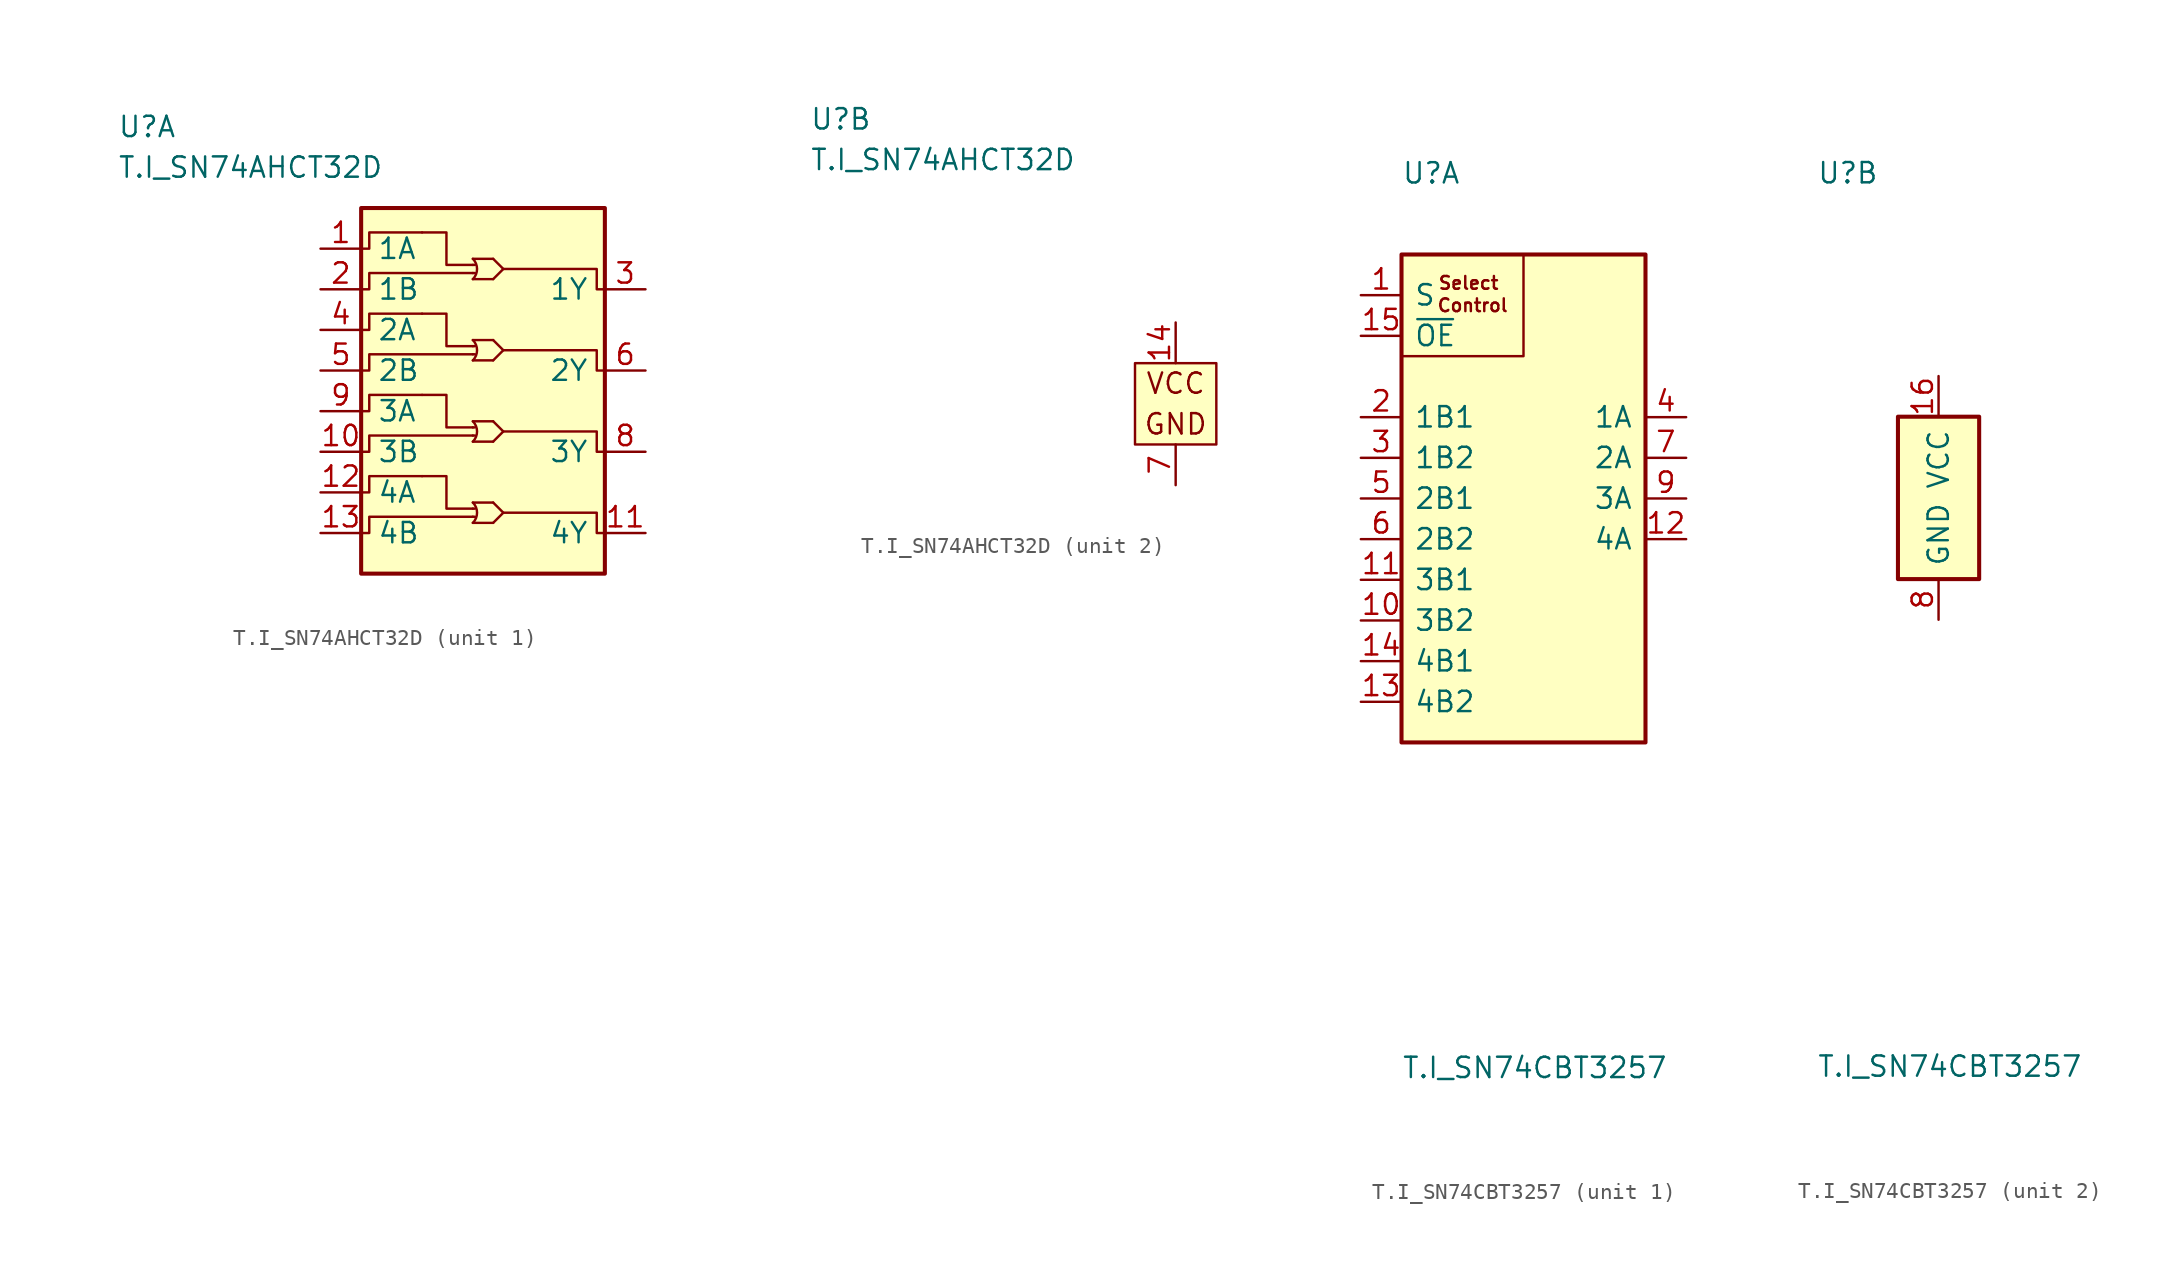
<source format=kicad_sym>
(kicad_symbol_lib
  (version 20211014)
  (generator kicad_symbol_editor)
  (symbol "T.I_SN74AHCT32D"
    (pin_names
      (offset 1))
    (property "Reference" "U"
      (at -22.86 17.78 0)
      (effects (font (size 1.27 1.27)) (justify left)))
    (property "Value" "T.I_SN74AHCT32D"
      (at -22.86 15.24 0)
      (effects (font (size 1.27 1.27)) (justify left)))
    (property "ki_locked" ""
      (at 0 0 0)
      (effects (font (size 1.27 1.27))))
    (symbol "T.I_SN74AHCT32D_1_1"
      (rectangle (start -7.62 12.7) (end 7.62 -10.16) (stroke (width 0.254) (type default) (color 0 0 0 0)) (fill (type background)))
      (arc (start -0.635 -6.985) (mid -0.372 -6.35) (end -0.635 -5.715) (stroke (width 0) (type default) (color 0 0 0 0)) (fill (type none)))
      (arc (start -0.635 -1.905) (mid -0.372 -1.27) (end -0.635 -0.635) (stroke (width 0) (type default) (color 0 0 0 0)) (fill (type none)))
      (arc (start -0.635 3.175) (mid -0.372 3.81) (end -0.635 4.445) (stroke (width 0) (type default) (color 0 0 0 0)) (fill (type none)))
      (arc (start -0.635 8.255) (mid -0.372 8.89) (end -0.635 9.525) (stroke (width 0) (type default) (color 0 0 0 0)) (fill (type none)))
      (polyline (pts (xy -0.635 -6.604) (xy -0.508 -6.604)) (stroke (width 0) (type default) (color 0 0 0 0)) (fill (type none)))
      (polyline (pts (xy -0.635 -6.096) (xy -0.508 -6.096)) (stroke (width 0) (type default) (color 0 0 0 0)) (fill (type none)))
      (polyline (pts (xy -0.635 -1.524) (xy -0.508 -1.524)) (stroke (width 0) (type default) (color 0 0 0 0)) (fill (type none)))
      (polyline (pts (xy -0.635 -1.016) (xy -0.508 -1.016)) (stroke (width 0) (type default) (color 0 0 0 0)) (fill (type none)))
      (polyline (pts (xy -0.635 3.556) (xy -0.508 3.556)) (stroke (width 0) (type default) (color 0 0 0 0)) (fill (type none)))
      (polyline (pts (xy -0.635 4.064) (xy -0.508 4.064)) (stroke (width 0) (type default) (color 0 0 0 0)) (fill (type none)))
      (polyline (pts (xy -0.635 8.636) (xy -0.508 8.636)) (stroke (width 0) (type default) (color 0 0 0 0)) (fill (type none)))
      (polyline (pts (xy -0.635 9.144) (xy -0.508 9.144)) (stroke (width 0) (type default) (color 0 0 0 0)) (fill (type none)))
      (polyline (pts (xy 0.635 -6.985) (xy -0.635 -6.985)) (stroke (width 0) (type default) (color 0 0 0 0)) (fill (type none)))
      (polyline (pts (xy 0.635 -5.715) (xy -0.635 -5.715)) (stroke (width 0) (type default) (color 0 0 0 0)) (fill (type none)))
      (polyline (pts (xy 0.635 -1.905) (xy -0.635 -1.905)) (stroke (width 0) (type default) (color 0 0 0 0)) (fill (type none)))
      (polyline (pts (xy 0.635 -0.635) (xy -0.635 -0.635)) (stroke (width 0) (type default) (color 0 0 0 0)) (fill (type none)))
      (polyline (pts (xy 0.635 3.175) (xy -0.635 3.175)) (stroke (width 0) (type default) (color 0 0 0 0)) (fill (type none)))
      (polyline (pts (xy 0.635 4.445) (xy -0.635 4.445)) (stroke (width 0) (type default) (color 0 0 0 0)) (fill (type none)))
      (polyline (pts (xy 0.635 8.255) (xy -0.635 8.255)) (stroke (width 0) (type default) (color 0 0 0 0)) (fill (type none)))
      (polyline (pts (xy 0.635 9.525) (xy -0.635 9.525)) (stroke (width 0) (type default) (color 0 0 0 0)) (fill (type none)))
      (polyline (pts (xy 0.635 -5.715) (xy 1.27 -6.35) (xy 0.635 -6.985)) (stroke (width 0) (type default) (color 0 0 0 0)) (fill (type none)))
      (polyline (pts (xy 0.635 -0.635) (xy 1.27 -1.27) (xy 0.635 -1.905)) (stroke (width 0) (type default) (color 0 0 0 0)) (fill (type none)))
      (polyline (pts (xy 0.635 4.445) (xy 1.27 3.81) (xy 0.635 3.175)) (stroke (width 0) (type default) (color 0 0 0 0)) (fill (type none)))
      (polyline (pts (xy 0.635 9.525) (xy 1.27 8.89) (xy 0.635 8.255)) (stroke (width 0) (type default) (color 0 0 0 0)) (fill (type none)))
      (polyline (pts (xy -0.635 -6.096) (xy -2.286 -6.096) (xy -2.286 -4.064) (xy -3.81 -4.064)) (stroke (width 0) (type default) (color 0 0 0 0)) (fill (type none)))
      (polyline (pts (xy -0.635 -1.016) (xy -2.286 -1.016) (xy -2.286 1.016) (xy -3.81 1.016)) (stroke (width 0) (type default) (color 0 0 0 0)) (fill (type none)))
      (polyline (pts (xy -0.635 4.064) (xy -2.286 4.064) (xy -2.286 6.096) (xy -3.81 6.096)) (stroke (width 0) (type default) (color 0 0 0 0)) (fill (type none)))
      (polyline (pts (xy -0.635 9.144) (xy -2.286 9.144) (xy -2.286 11.176) (xy -3.81 11.176)) (stroke (width 0) (type default) (color 0 0 0 0)) (fill (type none)))
      (polyline (pts (xy -3.81 -4.064) (xy -3.81 -4.064) (xy -7.112 -4.064) (xy -7.112 -5.08) (xy -7.62 -5.08)) (stroke (width 0) (type default) (color 0 0 0 0)) (fill (type none)))
      (polyline (pts (xy -3.81 1.016) (xy -3.81 1.016) (xy -7.112 1.016) (xy -7.112 0) (xy -7.62 0)) (stroke (width 0) (type default) (color 0 0 0 0)) (fill (type none)))
      (polyline (pts (xy -3.81 6.096) (xy -3.81 6.096) (xy -7.112 6.096) (xy -7.112 5.08) (xy -7.62 5.08)) (stroke (width 0) (type default) (color 0 0 0 0)) (fill (type none)))
      (polyline (pts (xy -3.81 11.176) (xy -3.81 11.176) (xy -7.112 11.176) (xy -7.112 10.16) (xy -7.62 10.16)) (stroke (width 0) (type default) (color 0 0 0 0)) (fill (type none)))
      (polyline (pts (xy -0.635 -6.604) (xy -3.81 -6.604) (xy -7.112 -6.604) (xy -7.112 -7.62) (xy -7.62 -7.62)) (stroke (width 0) (type default) (color 0 0 0 0)) (fill (type none)))
      (polyline (pts (xy -0.635 -1.524) (xy -3.81 -1.524) (xy -7.112 -1.524) (xy -7.112 -2.54) (xy -7.62 -2.54)) (stroke (width 0) (type default) (color 0 0 0 0)) (fill (type none)))
      (polyline (pts (xy -0.635 3.556) (xy -3.81 3.556) (xy -7.112 3.556) (xy -7.112 2.54) (xy -7.62 2.54)) (stroke (width 0) (type default) (color 0 0 0 0)) (fill (type none)))
      (polyline (pts (xy -0.635 8.636) (xy -3.81 8.636) (xy -7.112 8.636) (xy -7.112 7.62) (xy -7.62 7.62)) (stroke (width 0) (type default) (color 0 0 0 0)) (fill (type none)))
      (polyline (pts (xy 1.27 -6.35) (xy 3.81 -6.35) (xy 7.112 -6.35) (xy 7.112 -7.62) (xy 7.62 -7.62)) (stroke (width 0) (type default) (color 0 0 0 0)) (fill (type none)))
      (polyline (pts (xy 1.27 -1.27) (xy 3.81 -1.27) (xy 7.112 -1.27) (xy 7.112 -2.54) (xy 7.62 -2.54)) (stroke (width 0) (type default) (color 0 0 0 0)) (fill (type none)))
      (polyline (pts (xy 1.27 3.81) (xy 3.81 3.81) (xy 7.112 3.81) (xy 7.112 2.54) (xy 7.62 2.54)) (stroke (width 0) (type default) (color 0 0 0 0)) (fill (type none)))
      (polyline (pts (xy 1.27 8.89) (xy 3.81 8.89) (xy 7.112 8.89) (xy 7.112 7.62) (xy 7.62 7.62)) (stroke (width 0) (type default) (color 0 0 0 0)) (fill (type none)))
      (pin input line (at -10.16 10.16 0) (length 2.54) (name "1A" (effects (font (size 1.27 1.27)))) (number "1" (effects (font (size 1.27 1.27)))))
      (pin input line (at -10.16 -2.54 0) (length 2.54) (name "3B" (effects (font (size 1.27 1.27)))) (number "10" (effects (font (size 1.27 1.27)))))
      (pin output line (at 10.16 -7.62 180) (length 2.54) (name "4Y" (effects (font (size 1.27 1.27)))) (number "11" (effects (font (size 1.27 1.27)))))
      (pin input line (at -10.16 -5.08 0) (length 2.54) (name "4A" (effects (font (size 1.27 1.27)))) (number "12" (effects (font (size 1.27 1.27)))))
      (pin input line (at -10.16 -7.62 0) (length 2.54) (name "4B" (effects (font (size 1.27 1.27)))) (number "13" (effects (font (size 1.27 1.27)))))
      (pin input line (at -10.16 7.62 0) (length 2.54) (name "1B" (effects (font (size 1.27 1.27)))) (number "2" (effects (font (size 1.27 1.27)))))
      (pin output line (at 10.16 7.62 180) (length 2.54) (name "1Y" (effects (font (size 1.27 1.27)))) (number "3" (effects (font (size 1.27 1.27)))))
      (pin input line (at -10.16 5.08 0) (length 2.54) (name "2A" (effects (font (size 1.27 1.27)))) (number "4" (effects (font (size 1.27 1.27)))))
      (pin input line (at -10.16 2.54 0) (length 2.54) (name "2B" (effects (font (size 1.27 1.27)))) (number "5" (effects (font (size 1.27 1.27)))))
      (pin output line (at 10.16 2.54 180) (length 2.54) (name "2Y" (effects (font (size 1.27 1.27)))) (number "6" (effects (font (size 1.27 1.27)))))
      (pin output line (at 10.16 -2.54 180) (length 2.54) (name "3Y" (effects (font (size 1.27 1.27)))) (number "8" (effects (font (size 1.27 1.27)))))
      (pin input line (at -10.16 0 0) (length 2.54) (name "3A" (effects (font (size 1.27 1.27)))) (number "9" (effects (font (size 1.27 1.27))))))
    (symbol "T.I_SN74AHCT32D_2_0"
      (text "GND" (at 0 -1.27 0) (effects (font (size 1.27 1.27))))
      (text "VCC" (at 0 1.27 0) (effects (font (size 1.27 1.27)))))
    (symbol "T.I_SN74AHCT32D_2_1"
      (rectangle (start -2.54 2.54) (end 2.54 -2.54) (stroke (width 0) (type default) (color 0 0 0 0)) (fill (type background)))
      (pin power_in line (at 0 5.08 270) (length 2.54) (name "VCC" (effects (font (size 0 0)))) (number "14" (effects (font (size 1.27 1.27)))))
      (pin power_in line (at 0 -5.08 90) (length 2.54) (name "GND" (effects (font (size 0 0)))) (number "7" (effects (font (size 1.27 1.27)))))))
  (symbol "T.I_SN74CBT3257"
    (pin_names
      (offset 0.762))
    (property "Reference" "U"
      (at -7.62 20.32 0)
      (effects (font (size 1.27 1.27)) (justify left)))
    (property "Value" "T.I_SN74CBT3257"
      (at -7.62 -35.56 0)
      (effects (font (size 1.27 1.27)) (justify left)))
    (property "ki_locked" ""
      (at 0 0 0)
      (effects (font (size 1.27 1.27))))
    (symbol "T.I_SN74CBT3257_1_0"
      (rectangle (start -7.62 8.89) (end 0 15.24) (stroke (width 0) (type default) (color 0 0 0 0)) (fill (type none)))
      (text "Control" (at -3.175 12.065 0) (effects (font (size 0.8 0.8))))
      (text "Select" (at -3.429 13.462 0) (effects (font (size 0.8 0.8)))))
    (symbol "T.I_SN74CBT3257_1_1"
      (rectangle (start -7.62 15.24) (end 7.62 -15.24) (stroke (width 0.254) (type default) (color 0 0 0 0)) (fill (type background)))
      (pin input line (at -10.16 12.7 0) (length 2.54) (name "S" (effects (font (size 1.27 1.27)))) (number "1" (effects (font (size 1.27 1.27)))))
      (pin bidirectional line (at -10.16 -7.62 0) (length 2.54) (name "3B2" (effects (font (size 1.27 1.27)))) (number "10" (effects (font (size 1.27 1.27)))))
      (pin bidirectional line (at -10.16 -5.08 0) (length 2.54) (name "3B1" (effects (font (size 1.27 1.27)))) (number "11" (effects (font (size 1.27 1.27)))))
      (pin bidirectional line (at 10.16 -2.54 180) (length 2.54) (name "4A" (effects (font (size 1.27 1.27)))) (number "12" (effects (font (size 1.27 1.27)))))
      (pin bidirectional line (at -10.16 -12.7 0) (length 2.54) (name "4B2" (effects (font (size 1.27 1.27)))) (number "13" (effects (font (size 1.27 1.27)))))
      (pin bidirectional line (at -10.16 -10.16 0) (length 2.54) (name "4B1" (effects (font (size 1.27 1.27)))) (number "14" (effects (font (size 1.27 1.27)))))
      (pin input line (at -10.16 10.16 0) (length 2.54) (name "~{OE}" (effects (font (size 1.27 1.27)))) (number "15" (effects (font (size 1.27 1.27)))))
      (pin bidirectional line (at -10.16 5.08 0) (length 2.54) (name "1B1" (effects (font (size 1.27 1.27)))) (number "2" (effects (font (size 1.27 1.27)))))
      (pin bidirectional line (at -10.16 2.54 0) (length 2.54) (name "1B2" (effects (font (size 1.27 1.27)))) (number "3" (effects (font (size 1.27 1.27)))))
      (pin bidirectional line (at 10.16 5.08 180) (length 2.54) (name "1A" (effects (font (size 1.27 1.27)))) (number "4" (effects (font (size 1.27 1.27)))))
      (pin bidirectional line (at -10.16 0 0) (length 2.54) (name "2B1" (effects (font (size 1.27 1.27)))) (number "5" (effects (font (size 1.27 1.27)))))
      (pin bidirectional line (at -10.16 -2.54 0) (length 2.54) (name "2B2" (effects (font (size 1.27 1.27)))) (number "6" (effects (font (size 1.27 1.27)))))
      (pin bidirectional line (at 10.16 2.54 180) (length 2.54) (name "2A" (effects (font (size 1.27 1.27)))) (number "7" (effects (font (size 1.27 1.27)))))
      (pin bidirectional line (at 10.16 0 180) (length 2.54) (name "3A" (effects (font (size 1.27 1.27)))) (number "9" (effects (font (size 1.27 1.27))))))
    (symbol "T.I_SN74CBT3257_2_0"
      (rectangle (start -2.54 5.08) (end 2.54 -5.08) (stroke (width 0.254) (type default) (color 0 0 0 0)) (fill (type background)))
      (pin power_in line (at 0 7.62 270) (length 2.54) (name "VCC" (effects (font (size 1.27 1.27)))) (number "16" (effects (font (size 1.27 1.27))))))
    (symbol "T.I_SN74CBT3257_2_1"
      (pin power_in line (at 0 -7.62 90) (length 2.54) (name "GND" (effects (font (size 1.27 1.27)))) (number "8" (effects (font (size 1.27 1.27))))))))
</source>
